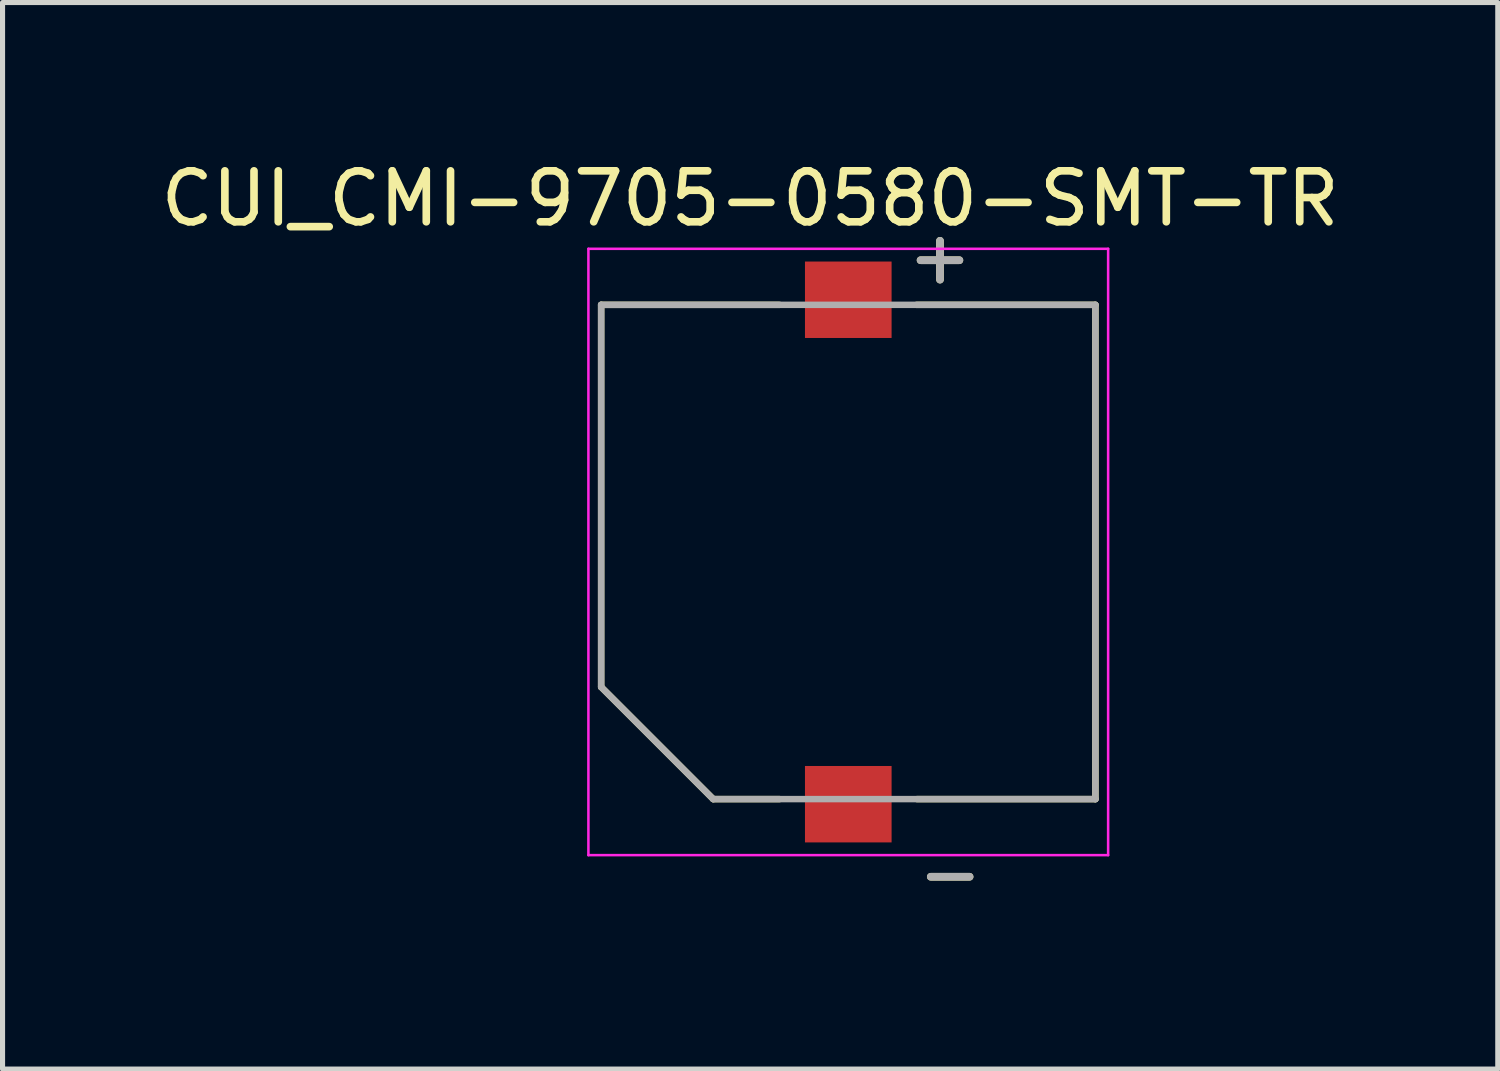
<source format=kicad_pcb>
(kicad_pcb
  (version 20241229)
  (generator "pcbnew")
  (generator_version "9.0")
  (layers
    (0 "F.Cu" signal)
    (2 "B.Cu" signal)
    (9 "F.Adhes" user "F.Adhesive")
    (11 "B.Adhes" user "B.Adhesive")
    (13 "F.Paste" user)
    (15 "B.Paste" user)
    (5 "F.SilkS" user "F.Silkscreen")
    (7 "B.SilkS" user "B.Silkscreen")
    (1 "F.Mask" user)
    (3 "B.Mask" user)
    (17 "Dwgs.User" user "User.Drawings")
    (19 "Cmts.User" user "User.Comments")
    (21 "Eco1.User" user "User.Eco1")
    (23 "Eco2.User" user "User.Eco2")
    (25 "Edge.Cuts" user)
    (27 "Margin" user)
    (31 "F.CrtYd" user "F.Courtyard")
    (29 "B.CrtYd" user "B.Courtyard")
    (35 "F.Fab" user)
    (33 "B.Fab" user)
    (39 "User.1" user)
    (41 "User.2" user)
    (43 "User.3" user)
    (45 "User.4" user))
  (footprint "CUI_CMI-9705-0580-SMT-TR"
    (layer "F.Cu")
    (at 13.598 7.783)
    (property "Reference" "CUI_CMI-9705-0580-SMT-TR" (at -1.925 -6.935 0) (layer "F.SilkS") (effects (font (size 1 1) (thickness 0.15))))
    (attr smd)
    (fp_line (start -4.85 -4.85) (end -4.85 2.65) (stroke (width 0.127) (type solid)) (layer "F.SilkS"))
    (fp_line (start -4.85 2.65) (end -2.65 4.85) (stroke (width 0.127) (type solid)) (layer "F.SilkS"))
    (fp_line (start -2.65 4.85) (end -1.35 4.85) (stroke (width 0.127) (type solid)) (layer "F.SilkS"))
    (fp_line (start -1.35 -4.85) (end -4.85 -4.85) (stroke (width 0.127) (type solid)) (layer "F.SilkS"))
    (fp_line (start 1.35 4.85) (end 4.85 4.85) (stroke (width 0.127) (type solid)) (layer "F.SilkS"))
    (fp_line (start 4.85 -4.85) (end 1.34 -4.85) (stroke (width 0.127) (type solid)) (layer "F.SilkS"))
    (fp_line (start 4.85 4.85) (end 4.85 -4.85) (stroke (width 0.127) (type solid)) (layer "F.SilkS"))
    (fp_line (start -5.1 -5.95) (end 5.1 -5.95) (stroke (width 0.05) (type solid)) (layer "F.CrtYd"))
    (fp_line (start -5.1 5.95) (end -5.1 -5.95) (stroke (width 0.05) (type solid)) (layer "F.CrtYd"))
    (fp_line (start 5.1 -5.95) (end 5.1 5.95) (stroke (width 0.05) (type solid)) (layer "F.CrtYd"))
    (fp_line (start 5.1 5.95) (end -5.1 5.95) (stroke (width 0.05) (type solid)) (layer "F.CrtYd"))
    (fp_line (start -4.85 -4.85) (end -4.85 2.65) (stroke (width 0.127) (type solid)) (layer "F.Fab"))
    (fp_line (start -4.85 -4.85) (end 4.85 -4.85) (stroke (width 0.127) (type solid)) (layer "F.Fab"))
    (fp_line (start -4.85 2.65) (end -2.65 4.85) (stroke (width 0.127) (type solid)) (layer "F.Fab"))
    (fp_line (start 4.85 -4.85) (end 4.85 4.85) (stroke (width 0.127) (type solid)) (layer "F.Fab"))
    (fp_line (start 4.85 4.85) (end -2.65 4.85) (stroke (width 0.127) (type solid)) (layer "F.Fab"))
    (fp_text user "-" (at 2 6.3 0) (layer "F.SilkS") (effects (font (size 1 1) (thickness 0.15))))
    (fp_text user "+" (at 1.8 -5.8 0) (layer "F.SilkS") (effects (font (size 1 1) (thickness 0.15))))
    (fp_text user "-" (at 2 6.3 0) (layer "F.Fab") (effects (font (size 1 1) (thickness 0.15))))
    (fp_text user "+" (at 1.8 -5.8 0) (layer "F.Fab") (effects (font (size 1 1) (thickness 0.15))))
    (pad "N" smd rect (at 0 4.95) (size 1.7 1.5) (layers "F.Cu" "F.Mask" "F.Paste"))
    (pad "P" smd rect (at 0 -4.95) (size 1.7 1.5) (layers "F.Cu" "F.Mask" "F.Paste")))
  (gr_rect
    (start -3 -3)
    (end 26.345 17.931)
    (stroke (width 0.1) (type default))
    (fill no)
    (layer "Edge.Cuts")))
</source>
